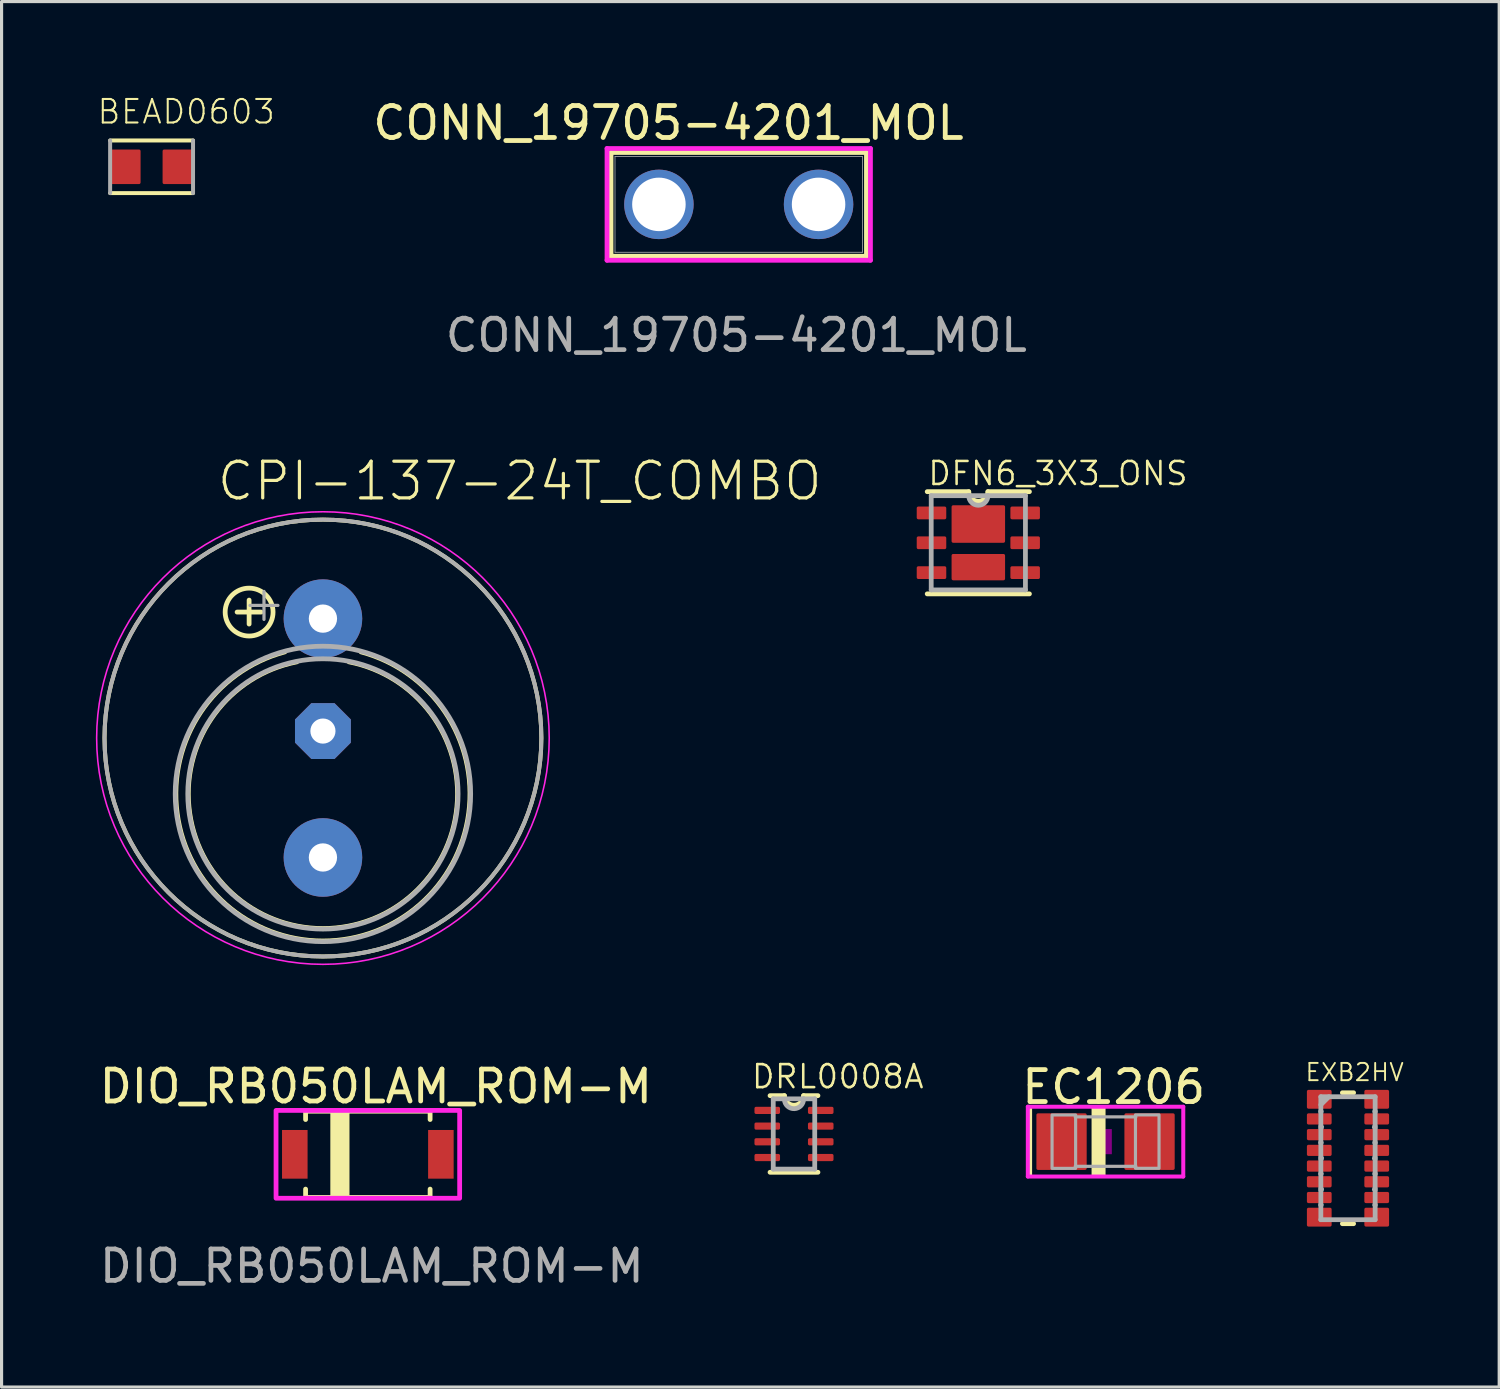
<source format=kicad_pcb>
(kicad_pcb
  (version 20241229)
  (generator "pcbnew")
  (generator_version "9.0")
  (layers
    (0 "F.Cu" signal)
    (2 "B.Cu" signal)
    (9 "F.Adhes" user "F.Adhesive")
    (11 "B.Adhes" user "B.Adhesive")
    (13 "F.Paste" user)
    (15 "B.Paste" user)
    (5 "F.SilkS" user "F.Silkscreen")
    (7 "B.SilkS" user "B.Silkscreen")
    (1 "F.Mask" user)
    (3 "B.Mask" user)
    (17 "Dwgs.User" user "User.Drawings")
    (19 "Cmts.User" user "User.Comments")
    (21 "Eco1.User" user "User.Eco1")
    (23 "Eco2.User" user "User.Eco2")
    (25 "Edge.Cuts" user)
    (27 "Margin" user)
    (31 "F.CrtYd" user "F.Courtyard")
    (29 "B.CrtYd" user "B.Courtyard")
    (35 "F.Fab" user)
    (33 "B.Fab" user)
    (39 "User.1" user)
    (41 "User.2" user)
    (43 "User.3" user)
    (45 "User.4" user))
  (footprint "CONN_19705-4201_MOL"
    (layer "F.Cu")
    (at 17.915 3.453)
    (property "Reference" "CONN_19705-4201_MOL" (at 0.305 -2.591 0) (unlocked yes) (layer "F.SilkS") (effects (font (size 1.016 1.016) (thickness 0.152))))
    (attr through_hole)
    (fp_line (start -1.524 -1.651) (end -1.524 1.651) (stroke (width 0.152) (type solid)) (layer "F.SilkS"))
    (fp_line (start -1.524 1.651) (end 6.604 1.651) (stroke (width 0.152) (type solid)) (layer "F.SilkS"))
    (fp_line (start 6.604 -1.651) (end -1.524 -1.651) (stroke (width 0.152) (type solid)) (layer "F.SilkS"))
    (fp_line (start 6.604 1.651) (end 6.604 -1.651) (stroke (width 0.152) (type solid)) (layer "F.SilkS"))
    (fp_line (start -1.651 -1.778) (end -1.651 1.778) (stroke (width 0.152) (type solid)) (layer "F.CrtYd"))
    (fp_line (start -1.651 1.778) (end 6.731 1.778) (stroke (width 0.152) (type solid)) (layer "F.CrtYd"))
    (fp_line (start 6.731 -1.778) (end -1.651 -1.778) (stroke (width 0.152) (type solid)) (layer "F.CrtYd"))
    (fp_line (start 6.731 1.778) (end 6.731 -1.778) (stroke (width 0.152) (type solid)) (layer "F.CrtYd"))
    (fp_line (start -1.397 -1.524) (end -1.397 1.524) (stroke (width 0.025) (type solid)) (layer "F.Fab"))
    (fp_line (start -1.397 1.524) (end 6.477 1.524) (stroke (width 0.025) (type solid)) (layer "F.Fab"))
    (fp_line (start 6.477 -1.524) (end -1.397 -1.524) (stroke (width 0.025) (type solid)) (layer "F.Fab"))
    (fp_line (start 6.477 1.524) (end 6.477 -1.524) (stroke (width 0.025) (type solid)) (layer "F.Fab"))
    (fp_text user "${REFERENCE}" (at 2.464 4.166 0) (unlocked yes) (layer "F.Fab") (effects (font (size 1 1) (thickness 0.15))))
    (pad "1" thru_hole circle (at 0 0) (size 2.21 2.21) (drill 1.702) (layers "*.Cu" "*.Mask"))
    (pad "2" thru_hole circle (at 5.08 0) (size 2.21 2.21) (drill 1.702) (layers "*.Cu" "*.Mask")))
  (footprint "DRL0008A"
    (layer "F.Cu")
    (at 22.213 33.03)
    (property "Reference" "DRL0008A" (at -1.397 -1.397 0) (layer "F.SilkS") (effects (font (size 0.732 0.732) (thickness 0.081)) (justify left bottom)))
    (fp_line (start -0.762 1.219) (end 0.762 1.219) (stroke (width 0.152) (type solid)) (layer "F.SilkS"))
    (fp_line (start -0.305 -1.219) (end -0.762 -1.219) (stroke (width 0.152) (type solid)) (layer "F.SilkS"))
    (fp_line (start 0.762 -1.219) (end 0.305 -1.219) (stroke (width 0.152) (type solid)) (layer "F.SilkS"))
    (fp_arc (start 0.3048 -1.2192) (mid 0 -0.9144) (end -0.3048 -1.2192) (stroke (width 0.1524) (type solid)) (layer "F.SilkS"))
    (fp_line (start -0.66 -1.118) (end -0.66 1.118) (stroke (width 0.152) (type solid)) (layer "F.Fab"))
    (fp_line (start -0.66 1.118) (end 0.66 1.118) (stroke (width 0.152) (type solid)) (layer "F.Fab"))
    (fp_line (start 0.305 -1.118) (end -0.66 -1.118) (stroke (width 0.152) (type solid)) (layer "F.Fab"))
    (fp_line (start 0.66 -1.118) (end 0.305 -1.118) (stroke (width 0.152) (type solid)) (layer "F.Fab"))
    (fp_line (start 0.66 1.118) (end 0.66 -1.118) (stroke (width 0.152) (type solid)) (layer "F.Fab"))
    (fp_arc (start 0.3048 -1.1176) (mid 0.0127 -0.8001) (end -0.3048 -1.0922) (stroke (width 0.1524) (type solid)) (layer "F.Fab"))
    (pad "1" smd roundrect (at -0.851 -0.75) (size 0.813 0.229) (layers "F.Cu" "F.Mask" "F.Paste") (roundrect_rratio 0.222))
    (pad "2" smd roundrect (at -0.851 -0.25) (size 0.813 0.229) (layers "F.Cu" "F.Mask" "F.Paste") (roundrect_rratio 0.222))
    (pad "3" smd roundrect (at -0.851 0.25) (size 0.813 0.229) (layers "F.Cu" "F.Mask" "F.Paste") (roundrect_rratio 0.222))
    (pad "4" smd roundrect (at -0.851 0.75) (size 0.813 0.229) (layers "F.Cu" "F.Mask" "F.Paste") (roundrect_rratio 0.222))
    (pad "5" smd roundrect (at 0.851 0.75) (size 0.813 0.229) (layers "F.Cu" "F.Mask" "F.Paste") (roundrect_rratio 0.222))
    (pad "6" smd roundrect (at 0.851 0.25) (size 0.813 0.229) (layers "F.Cu" "F.Mask" "F.Paste") (roundrect_rratio 0.222))
    (pad "7" smd roundrect (at 0.851 -0.25) (size 0.813 0.229) (layers "F.Cu" "F.Mask" "F.Paste") (roundrect_rratio 0.222))
    (pad "8" smd roundrect (at 0.851 -0.75) (size 0.813 0.229) (layers "F.Cu" "F.Mask" "F.Paste") (roundrect_rratio 0.222)))
  (footprint "BEAD0603"
    (layer "F.Cu")
    (at 1.773 2.257)
    (property "Reference" "BEAD0603" (at -1.773 -1.315 0) (layer "F.SilkS") (effects (font (size 0.748 0.748) (thickness 0.065)) (justify left bottom)))
    (fp_line (start -1.319 0.837) (end 1.319 0.837) (stroke (width 0.127) (type solid)) (layer "F.SilkS"))
    (fp_line (start 1.319 -0.837) (end -1.319 -0.837) (stroke (width 0.127) (type solid)) (layer "F.SilkS"))
    (fp_line (start -1.319 -0.837) (end -1.319 0.837) (stroke (width 0.127) (type solid)) (layer "F.Fab"))
    (fp_line (start 1.319 0.837) (end 1.319 -0.837) (stroke (width 0.127) (type solid)) (layer "F.Fab"))
    (pad "P$1" smd roundrect (at -0.85 0) (size 1 1.1) (layers "F.Cu" "F.Mask" "F.Paste") (roundrect_rratio 0.051))
    (pad "P$2" smd roundrect (at 0.85 0) (size 1 1.1) (layers "F.Cu" "F.Mask" "F.Paste") (roundrect_rratio 0.051)))
  (footprint "DIO_RB050LAM_ROM-M"
    (layer "F.Cu")
    (at 8.654 33.678)
    (property "Reference" "DIO_RB050LAM_ROM-M" (at 0.254 -2.159 0) (unlocked yes) (layer "F.SilkS") (effects (font (size 1.016 1.016) (thickness 0.152))))
    (attr smd)
    (fp_line (start -1.981 -1.372) (end -1.981 -1.107) (stroke (width 0.152) (type solid)) (layer "F.SilkS"))
    (fp_line (start -1.981 1.107) (end -1.981 1.372) (stroke (width 0.152) (type solid)) (layer "F.SilkS"))
    (fp_line (start -1.981 1.372) (end 1.981 1.372) (stroke (width 0.152) (type solid)) (layer "F.SilkS"))
    (fp_line (start 1.981 -1.372) (end -1.981 -1.372) (stroke (width 0.152) (type solid)) (layer "F.SilkS"))
    (fp_line (start 1.981 -1.107) (end 1.981 -1.372) (stroke (width 0.152) (type solid)) (layer "F.SilkS"))
    (fp_line (start 1.981 1.372) (end 1.981 1.107) (stroke (width 0.152) (type solid)) (layer "F.SilkS"))
    (fp_rect (start -1.143 -1.397) (end -0.635 1.397) (stroke (width 0.102) (type solid)) (fill yes) (layer "F.SilkS"))
    (fp_rect (start -2.921 -1.397) (end 2.921 1.397) (stroke (width 0.152) (type default)) (fill no) (layer "F.CrtYd"))
    (fp_text user "${REFERENCE}" (at 0.127 3.556 0) (unlocked yes) (layer "F.Fab") (effects (font (size 1 1) (thickness 0.15))))
    (pad "A" smd rect (at 2.324 0) (size 0.813 1.549) (layers "F.Cu" "F.Mask" "F.Paste"))
    (pad "C" smd rect (at -2.324 0) (size 0.813 1.549) (layers "F.Cu" "F.Mask" "F.Paste")))
  (footprint "CPI-137-24T_COMBO"
    (layer "F.Cu")
    (at 7.225 20.433)
    (property "Reference" "CPI-137-24T_COMBO" (at -3.429 -7.493 0) (layer "F.SilkS") (effects (font (size 1.168 1.168) (thickness 0.102)) (justify left bottom)))
    (attr through_hole)
    (fp_line (start -2.349 -3.627) (end -2.349 -4.389) (stroke (width 0.152) (type solid)) (layer "F.SilkS"))
    (fp_line (start -1.968 -4.008) (end -2.731 -4.008) (stroke (width 0.152) (type solid)) (layer "F.SilkS"))
    (fp_arc (start 0.8255 -2.413) (mid 0 6.049524) (end -0.8255 -2.413) (stroke (width 0.127) (type solid)) (layer "F.SilkS"))
    (fp_arc (start 1.2065 -2.7305) (mid 0 6.445142) (end -1.2065 -2.7305) (stroke (width 0.127) (type solid)) (layer "F.SilkS"))
    (fp_circle (center -2.349 -4.008) (end -1.587 -4.008) (stroke (width 0.152) (type solid)) (fill no) (layer "F.SilkS"))
    (fp_circle (center 0 0) (end 6.95 0) (stroke (width 0.127) (type solid)) (fill no) (layer "F.SilkS"))
    (fp_circle (center 0 0) (end 7.2 0) (stroke (width 0.05) (type solid)) (fill no) (layer "F.CrtYd"))
    (fp_circle (center 0 0) (end 6.95 0) (stroke (width 0.127) (type solid)) (fill no) (layer "F.Fab"))
    (fp_circle (center 0 1.778) (end 4.3 1.778) (stroke (width 0.152) (type solid)) (fill no) (layer "F.Fab"))
    (fp_circle (center 0 1.778) (end 4.7 1.778) (stroke (width 0.152) (type solid)) (fill no) (layer "F.Fab"))
    (fp_text user "+" (at -2.666 -3.627 0) (layer "F.Fab") (effects (font (size 1.168 1.168) (thickness 0.102)) (justify left bottom)))
    (pad "N" thru_hole circle (at 0 3.8) (size 2.5 2.5) (drill 0.9) (layers "*.Cu" "*.Mask"))
    (pad "P1" thru_hole circle (at 0 -3.8) (size 2.5 2.5) (drill 0.9) (layers "*.Cu" "*.Mask"))
    (pad "P2" thru_hole roundrect (at 0 -0.222 90) (size 1.778 1.778) (drill 0.8) (layers "*.Cu" "*.Mask") (roundrect_rratio 0.25) (chamfer_ratio 0.293) (chamfer top_left top_right bottom_left bottom_right)))
  (footprint "EXB2HV"
    (layer "F.Cu")
    (at 39.84 33.802)
    (property "Reference" "EXB2HV" (at -1.397 -2.413 0) (layer "F.SilkS") (effects (font (size 0.549 0.549) (thickness 0.061)) (justify left bottom)))
    (fp_line (start -0.178 -2.083) (end 0.178 -2.083) (stroke (width 0.152) (type solid)) (layer "F.SilkS"))
    (fp_line (start -0.178 2.083) (end 0.178 2.083) (stroke (width 0.152) (type solid)) (layer "F.SilkS"))
    (fp_line (start -0.864 -1.956) (end 0.864 -1.956) (stroke (width 0.152) (type solid)) (layer "F.Fab"))
    (fp_line (start -0.864 -1.499) (end -0.864 -1.956) (stroke (width 0.152) (type solid)) (layer "F.Fab"))
    (fp_line (start -0.864 -1.473) (end -0.864 -1.016) (stroke (width 0.152) (type solid)) (layer "F.Fab"))
    (fp_line (start -0.864 -0.965) (end -0.864 -0.508) (stroke (width 0.152) (type solid)) (layer "F.Fab"))
    (fp_line (start -0.864 -0.483) (end -0.864 -0.025) (stroke (width 0.152) (type solid)) (layer "F.Fab"))
    (fp_line (start -0.864 0.025) (end -0.864 0.483) (stroke (width 0.152) (type solid)) (layer "F.Fab"))
    (fp_line (start -0.864 0.508) (end -0.864 0.965) (stroke (width 0.152) (type solid)) (layer "F.Fab"))
    (fp_line (start -0.864 1.016) (end -0.864 1.473) (stroke (width 0.152) (type solid)) (layer "F.Fab"))
    (fp_line (start -0.864 1.499) (end -0.864 1.956) (stroke (width 0.152) (type solid)) (layer "F.Fab"))
    (fp_line (start -0.864 1.956) (end 0.864 1.956) (stroke (width 0.152) (type solid)) (layer "F.Fab"))
    (fp_line (start -0.61 -1.956) (end -0.864 -1.702) (stroke (width 0.152) (type solid)) (layer "F.Fab"))
    (fp_line (start 0.864 -1.499) (end 0.864 -1.956) (stroke (width 0.152) (type solid)) (layer "F.Fab"))
    (fp_line (start 0.864 -1.473) (end 0.864 -1.016) (stroke (width 0.152) (type solid)) (layer "F.Fab"))
    (fp_line (start 0.864 -0.965) (end 0.864 -0.508) (stroke (width 0.152) (type solid)) (layer "F.Fab"))
    (fp_line (start 0.864 -0.483) (end 0.864 -0.025) (stroke (width 0.152) (type solid)) (layer "F.Fab"))
    (fp_line (start 0.864 0.025) (end 0.864 0.483) (stroke (width 0.152) (type solid)) (layer "F.Fab"))
    (fp_line (start 0.864 0.508) (end 0.864 0.965) (stroke (width 0.152) (type solid)) (layer "F.Fab"))
    (fp_line (start 0.864 1.016) (end 0.864 1.473) (stroke (width 0.152) (type solid)) (layer "F.Fab"))
    (fp_line (start 0.864 1.499) (end 0.864 1.956) (stroke (width 0.152) (type solid)) (layer "F.Fab"))
    (fp_arc (start -0.8636 -1.4986) (mid -0.8509 -1.4859) (end -0.8636 -1.4732) (stroke (width 0.1524) (type solid)) (layer "F.Fab"))
    (fp_arc (start -0.8636 -1.016) (mid -0.8382 -0.9906) (end -0.8636 -0.9652) (stroke (width 0.1524) (type solid)) (layer "F.Fab"))
    (fp_arc (start -0.8636 -0.508) (mid -0.8509 -0.4953) (end -0.8636 -0.4826) (stroke (width 0.1524) (type solid)) (layer "F.Fab"))
    (fp_arc (start -0.8636 -0.0254) (mid -0.8382 0) (end -0.8636 0.0254) (stroke (width 0.1524) (type solid)) (layer "F.Fab"))
    (fp_arc (start -0.8636 0.4826) (mid -0.8509 0.4953) (end -0.8636 0.508) (stroke (width 0.1524) (type solid)) (layer "F.Fab"))
    (fp_arc (start -0.8636 0.9652) (mid -0.8382 0.9906) (end -0.8636 1.016) (stroke (width 0.1524) (type solid)) (layer "F.Fab"))
    (fp_arc (start -0.8636 1.4732) (mid -0.8509 1.4859) (end -0.8636 1.4986) (stroke (width 0.1524) (type solid)) (layer "F.Fab"))
    (fp_arc (start 0.8636 -1.4732) (mid 0.8509 -1.4859) (end 0.8636 -1.4986) (stroke (width 0.1524) (type solid)) (layer "F.Fab"))
    (fp_arc (start 0.8636 -0.9652) (mid 0.8382 -0.9906) (end 0.8636 -1.016) (stroke (width 0.1524) (type solid)) (layer "F.Fab"))
    (fp_arc (start 0.8636 -0.4826) (mid 0.8509 -0.4953) (end 0.8636 -0.508) (stroke (width 0.1524) (type solid)) (layer "F.Fab"))
    (fp_arc (start 0.8636 0.0254) (mid 0.8382 0) (end 0.8636 -0.0254) (stroke (width 0.1524) (type solid)) (layer "F.Fab"))
    (fp_arc (start 0.8636 0.508) (mid 0.8509 0.4953) (end 0.8636 0.4826) (stroke (width 0.1524) (type solid)) (layer "F.Fab"))
    (fp_arc (start 0.8636 1.016) (mid 0.8382 0.9906) (end 0.8636 0.9652) (stroke (width 0.1524) (type solid)) (layer "F.Fab"))
    (fp_arc (start 0.8636 1.4986) (mid 0.8509 1.4859) (end 0.8636 1.4732) (stroke (width 0.1524) (type solid)) (layer "F.Fab"))
    (pad "1" smd roundrect (at -0.914 -1.875) (size 0.787 0.6) (layers "F.Cu" "F.Mask" "F.Paste") (roundrect_rratio 0.085))
    (pad "2" smd roundrect (at -0.914 -1.25) (size 0.787 0.356) (layers "F.Cu" "F.Mask" "F.Paste") (roundrect_rratio 0.143))
    (pad "3" smd roundrect (at -0.914 -0.75) (size 0.787 0.356) (layers "F.Cu" "F.Mask" "F.Paste") (roundrect_rratio 0.143))
    (pad "4" smd roundrect (at -0.914 -0.25) (size 0.787 0.356) (layers "F.Cu" "F.Mask" "F.Paste") (roundrect_rratio 0.143))
    (pad "5" smd roundrect (at -0.914 0.25) (size 0.787 0.356) (layers "F.Cu" "F.Mask" "F.Paste") (roundrect_rratio 0.143))
    (pad "6" smd roundrect (at -0.914 0.75) (size 0.787 0.356) (layers "F.Cu" "F.Mask" "F.Paste") (roundrect_rratio 0.143))
    (pad "7" smd roundrect (at -0.914 1.25) (size 0.787 0.356) (layers "F.Cu" "F.Mask" "F.Paste") (roundrect_rratio 0.143))
    (pad "8" smd roundrect (at -0.914 1.875) (size 0.787 0.6) (layers "F.Cu" "F.Mask" "F.Paste") (roundrect_rratio 0.085))
    (pad "9" smd roundrect (at 0.914 1.875) (size 0.787 0.6) (layers "F.Cu" "F.Mask" "F.Paste") (roundrect_rratio 0.085))
    (pad "10" smd roundrect (at 0.914 1.25) (size 0.787 0.356) (layers "F.Cu" "F.Mask" "F.Paste") (roundrect_rratio 0.143))
    (pad "11" smd roundrect (at 0.914 0.75) (size 0.787 0.356) (layers "F.Cu" "F.Mask" "F.Paste") (roundrect_rratio 0.143))
    (pad "12" smd roundrect (at 0.914 0.25) (size 0.787 0.356) (layers "F.Cu" "F.Mask" "F.Paste") (roundrect_rratio 0.143))
    (pad "13" smd roundrect (at 0.914 -0.25) (size 0.787 0.356) (layers "F.Cu" "F.Mask" "F.Paste") (roundrect_rratio 0.143))
    (pad "14" smd roundrect (at 0.914 -0.75) (size 0.787 0.356) (layers "F.Cu" "F.Mask" "F.Paste") (roundrect_rratio 0.143))
    (pad "15" smd roundrect (at 0.914 -1.25) (size 0.787 0.356) (layers "F.Cu" "F.Mask" "F.Paste") (roundrect_rratio 0.143))
    (pad "16" smd roundrect (at 0.914 -1.875) (size 0.787 0.6) (layers "F.Cu" "F.Mask" "F.Paste") (roundrect_rratio 0.085)))
  (footprint "DFN6_3X3_ONS"
    (layer "F.Cu")
    (at 28.078 14.22)
    (property "Reference" "DFN6_3X3_ONS" (at -1.651 -1.778 0) (layer "F.SilkS") (effects (font (size 0.732 0.732) (thickness 0.081)) (justify left bottom)))
    (fp_line (start -1.626 1.626) (end 1.626 1.626) (stroke (width 0.152) (type solid)) (layer "F.SilkS"))
    (fp_line (start -0.305 -1.626) (end -1.626 -1.626) (stroke (width 0.152) (type solid)) (layer "F.SilkS"))
    (fp_line (start 1.626 -1.626) (end 0.305 -1.626) (stroke (width 0.152) (type solid)) (layer "F.SilkS"))
    (fp_arc (start 0.3048 -1.6256) (mid 0 -1.3208) (end -0.3048 -1.6256) (stroke (width 0.1524) (type solid)) (layer "F.SilkS"))
    (fp_line (start -1.499 -1.499) (end -1.499 1.499) (stroke (width 0.152) (type solid)) (layer "F.Fab"))
    (fp_line (start -1.499 1.499) (end 1.499 1.499) (stroke (width 0.152) (type solid)) (layer "F.Fab"))
    (fp_line (start -0.305 -1.499) (end -1.499 -1.499) (stroke (width 0.152) (type solid)) (layer "F.Fab"))
    (fp_line (start 0.305 -1.499) (end -0.305 -1.499) (stroke (width 0.152) (type solid)) (layer "F.Fab"))
    (fp_line (start 1.499 -1.499) (end 0.305 -1.499) (stroke (width 0.152) (type solid)) (layer "F.Fab"))
    (fp_line (start 1.499 1.499) (end 1.499 -1.499) (stroke (width 0.152) (type solid)) (layer "F.Fab"))
    (fp_arc (start 0.3048 -1.4986) (mid 0 -1.1938) (end -0.3048 -1.4986) (stroke (width 0.1524) (type solid)) (layer "F.Fab"))
    (pad "1" smd roundrect (at -1.49 -0.95) (size 0.94 0.406) (layers "F.Cu" "F.Mask" "F.Paste") (roundrect_rratio 0.125))
    (pad "2" smd roundrect (at -1.49 0) (size 0.94 0.406) (layers "F.Cu" "F.Mask" "F.Paste") (roundrect_rratio 0.125))
    (pad "3" smd roundrect (at -1.49 0.95) (size 0.94 0.406) (layers "F.Cu" "F.Mask" "F.Paste") (roundrect_rratio 0.125))
    (pad "4" smd roundrect (at 1.49 0.95) (size 0.94 0.406) (layers "F.Cu" "F.Mask" "F.Paste") (roundrect_rratio 0.125))
    (pad "5" smd roundrect (at 1.49 0) (size 0.94 0.406) (layers "F.Cu" "F.Mask" "F.Paste") (roundrect_rratio 0.125))
    (pad "6" smd roundrect (at 1.49 -0.95) (size 0.94 0.406) (layers "F.Cu" "F.Mask" "F.Paste") (roundrect_rratio 0.125))
    (pad "7" smd roundrect (at 0 -0.597) (size 1.702 1.194) (layers "F.Cu" "F.Mask" "F.Paste") (roundrect_rratio 0.043))
    (pad "8" smd roundrect (at 0 0.775) (size 1.702 0.838) (layers "F.Cu" "F.Mask" "F.Paste") (roundrect_rratio 0.061)))
  (footprint "EC1206"
    (layer "F.Cu")
    (at 32.126 33.274)
    (property "Reference" "EC1206" (at -2.743 -1.143 0) (layer "F.SilkS") (effects (font (size 1.016 1.016) (thickness 0.152)) (justify left bottom)))
    (fp_poly (pts (xy -2.489 1.143) (xy -2.337 1.143) (xy -2.337 -1.143) (xy -2.489 -1.143)) (stroke (width 0) (type default)) (fill yes) (layer "F.SilkS"))
    (fp_poly (pts (xy -0.445 1.143) (xy 0 1.143) (xy 0 -1.143) (xy -0.445 -1.143)) (stroke (width 0) (type default)) (fill yes) (layer "F.SilkS"))
    (fp_poly (pts (xy -0.2 0.4) (xy 0.2 0.4) (xy 0.2 -0.4) (xy -0.2 -0.4)) (stroke (width 0) (type default)) (fill yes) (layer "F.Adhes"))
    (fp_line (start -2.473 -1.11) (end 2.473 -1.11) (stroke (width 0.127) (type solid)) (layer "F.CrtYd"))
    (fp_line (start -2.473 1.11) (end -2.473 -1.11) (stroke (width 0.127) (type solid)) (layer "F.CrtYd"))
    (fp_line (start 2.473 -1.11) (end 2.473 1.11) (stroke (width 0.127) (type solid)) (layer "F.CrtYd"))
    (fp_line (start 2.473 1.11) (end -2.473 1.11) (stroke (width 0.127) (type solid)) (layer "F.CrtYd"))
    (fp_line (start -0.965 -0.787) (end 0.965 -0.787) (stroke (width 0.102) (type solid)) (layer "F.Fab"))
    (fp_line (start -0.965 0.787) (end 0.965 0.787) (stroke (width 0.102) (type solid)) (layer "F.Fab"))
    (fp_poly (pts (xy -1.702 0.851) (xy -0.952 0.851) (xy -0.952 -0.849) (xy -1.702 -0.849)) (stroke (width 0.1) (type default)) (fill no) (layer "F.Fab"))
    (fp_poly (pts (xy 0.952 0.849) (xy 1.702 0.849) (xy 1.702 -0.851) (xy 0.952 -0.851)) (stroke (width 0.1) (type default)) (fill no) (layer "F.Fab"))
    (pad "+" smd roundrect (at -1.4 0) (size 1.6 1.8) (layers "F.Cu" "F.Mask" "F.Paste") (roundrect_rratio 0.032))
    (pad "-" smd roundrect (at 1.4 0) (size 1.6 1.8) (layers "F.Cu" "F.Mask" "F.Paste") (roundrect_rratio 0.032)))
  (gr_rect
    (start -3 -3)
    (end 44.651 41.083)
    (stroke (width 0.1) (type default))
    (fill no)
    (layer "Edge.Cuts")))
</source>
